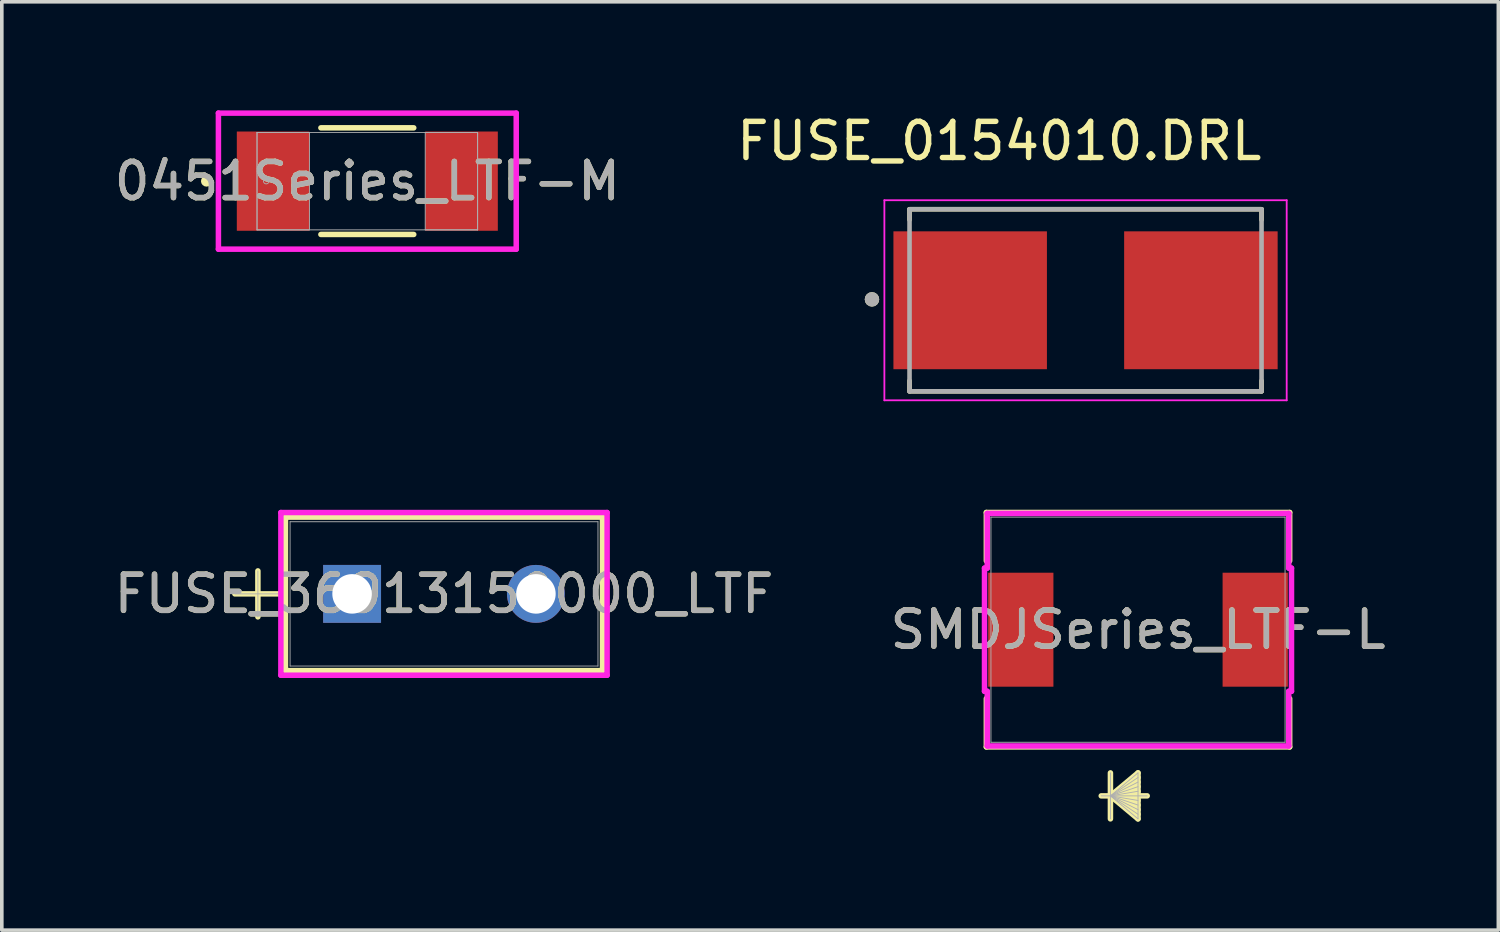
<source format=kicad_pcb>
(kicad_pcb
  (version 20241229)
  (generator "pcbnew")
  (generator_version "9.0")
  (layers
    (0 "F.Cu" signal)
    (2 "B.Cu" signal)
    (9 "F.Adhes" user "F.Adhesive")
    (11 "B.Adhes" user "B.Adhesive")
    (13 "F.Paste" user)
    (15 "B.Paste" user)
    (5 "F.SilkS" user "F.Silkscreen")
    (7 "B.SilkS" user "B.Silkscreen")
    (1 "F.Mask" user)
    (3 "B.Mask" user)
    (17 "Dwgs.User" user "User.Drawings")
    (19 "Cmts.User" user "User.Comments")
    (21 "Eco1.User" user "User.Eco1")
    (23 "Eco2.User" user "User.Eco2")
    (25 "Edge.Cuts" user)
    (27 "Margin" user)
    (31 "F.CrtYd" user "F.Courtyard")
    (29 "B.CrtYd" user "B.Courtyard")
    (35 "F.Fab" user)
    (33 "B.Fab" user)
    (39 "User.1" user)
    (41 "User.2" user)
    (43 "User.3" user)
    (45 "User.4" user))
  (footprint "SMDJSeries_LTF-L"
    (layer "F.Cu")
    (at 28.399 14.352)
    (property "Reference" "SMDJSeries_LTF-L" (at 0 0 0) (unlocked yes) (layer "F.SilkS") (effects (font (size 1 1) (thickness 0.15))))
    (attr smd)
    (fp_line (start -4.191 -3.239) (end -4.191 -1.904) (stroke (width 0.152) (type solid)) (layer "F.SilkS"))
    (fp_line (start -4.191 1.904) (end -4.191 3.239) (stroke (width 0.152) (type solid)) (layer "F.SilkS"))
    (fp_line (start -4.191 3.239) (end 4.191 3.239) (stroke (width 0.152) (type solid)) (layer "F.SilkS"))
    (fp_line (start -0.762 3.957) (end -0.762 5.227) (stroke (width 0.152) (type solid)) (layer "F.SilkS"))
    (fp_line (start -0.762 4.592) (end 0 3.957) (stroke (width 0.152) (type solid)) (layer "F.SilkS"))
    (fp_line (start -0.762 4.592) (end 0 4.084) (stroke (width 0.152) (type solid)) (layer "F.SilkS"))
    (fp_line (start -0.762 4.592) (end 0 4.211) (stroke (width 0.152) (type solid)) (layer "F.SilkS"))
    (fp_line (start -0.762 4.592) (end 0 4.338) (stroke (width 0.152) (type solid)) (layer "F.SilkS"))
    (fp_line (start -0.762 4.592) (end 0 4.465) (stroke (width 0.152) (type solid)) (layer "F.SilkS"))
    (fp_line (start -0.762 4.592) (end 0 4.719) (stroke (width 0.152) (type solid)) (layer "F.SilkS"))
    (fp_line (start -0.762 4.592) (end 0 4.846) (stroke (width 0.152) (type solid)) (layer "F.SilkS"))
    (fp_line (start -0.762 4.592) (end 0 4.973) (stroke (width 0.152) (type solid)) (layer "F.SilkS"))
    (fp_line (start -0.762 4.592) (end 0 5.1) (stroke (width 0.152) (type solid)) (layer "F.SilkS"))
    (fp_line (start -0.762 4.592) (end 0 5.227) (stroke (width 0.152) (type solid)) (layer "F.SilkS"))
    (fp_line (start 0 3.957) (end 0 5.227) (stroke (width 0.152) (type solid)) (layer "F.SilkS"))
    (fp_line (start 0.254 4.592) (end -1.016 4.592) (stroke (width 0.152) (type solid)) (layer "F.SilkS"))
    (fp_line (start 4.191 -3.239) (end -4.191 -3.239) (stroke (width 0.152) (type solid)) (layer "F.SilkS"))
    (fp_line (start 4.191 -1.904) (end 4.191 -3.239) (stroke (width 0.152) (type solid)) (layer "F.SilkS"))
    (fp_line (start 4.191 3.239) (end 4.191 1.904) (stroke (width 0.152) (type solid)) (layer "F.SilkS"))
    (fp_line (start -4.242 -1.702) (end -4.166 -1.702) (stroke (width 0.152) (type solid)) (layer "F.CrtYd"))
    (fp_line (start -4.242 1.702) (end -4.242 -1.702) (stroke (width 0.152) (type solid)) (layer "F.CrtYd"))
    (fp_line (start -4.166 -3.213) (end 4.166 -3.213) (stroke (width 0.152) (type solid)) (layer "F.CrtYd"))
    (fp_line (start -4.166 -1.702) (end -4.166 -3.213) (stroke (width 0.152) (type solid)) (layer "F.CrtYd"))
    (fp_line (start -4.166 1.702) (end -4.242 1.702) (stroke (width 0.152) (type solid)) (layer "F.CrtYd"))
    (fp_line (start -4.166 3.213) (end -4.166 1.702) (stroke (width 0.152) (type solid)) (layer "F.CrtYd"))
    (fp_line (start 4.166 -3.213) (end 4.166 -1.702) (stroke (width 0.152) (type solid)) (layer "F.CrtYd"))
    (fp_line (start 4.166 -1.702) (end 4.242 -1.702) (stroke (width 0.152) (type solid)) (layer "F.CrtYd"))
    (fp_line (start 4.166 1.702) (end 4.166 3.213) (stroke (width 0.152) (type solid)) (layer "F.CrtYd"))
    (fp_line (start 4.166 3.213) (end -4.166 3.213) (stroke (width 0.152) (type solid)) (layer "F.CrtYd"))
    (fp_line (start 4.242 -1.702) (end 4.242 1.702) (stroke (width 0.152) (type solid)) (layer "F.CrtYd"))
    (fp_line (start 4.242 1.702) (end 4.166 1.702) (stroke (width 0.152) (type solid)) (layer "F.CrtYd"))
    (fp_line (start -4.064 -3.111) (end -4.064 3.111) (stroke (width 0.025) (type solid)) (layer "F.Fab"))
    (fp_line (start -4.064 3.111) (end 4.064 3.111) (stroke (width 0.025) (type solid)) (layer "F.Fab"))
    (fp_line (start -0.762 3.957) (end -0.762 5.227) (stroke (width 0.025) (type solid)) (layer "F.Fab"))
    (fp_line (start -0.762 4.592) (end 0 3.957) (stroke (width 0.025) (type solid)) (layer "F.Fab"))
    (fp_line (start -0.762 4.592) (end 0 4.084) (stroke (width 0.025) (type solid)) (layer "F.Fab"))
    (fp_line (start -0.762 4.592) (end 0 4.211) (stroke (width 0.025) (type solid)) (layer "F.Fab"))
    (fp_line (start -0.762 4.592) (end 0 4.338) (stroke (width 0.025) (type solid)) (layer "F.Fab"))
    (fp_line (start -0.762 4.592) (end 0 4.465) (stroke (width 0.025) (type solid)) (layer "F.Fab"))
    (fp_line (start -0.762 4.592) (end 0 4.719) (stroke (width 0.025) (type solid)) (layer "F.Fab"))
    (fp_line (start -0.762 4.592) (end 0 4.846) (stroke (width 0.025) (type solid)) (layer "F.Fab"))
    (fp_line (start -0.762 4.592) (end 0 4.973) (stroke (width 0.025) (type solid)) (layer "F.Fab"))
    (fp_line (start -0.762 4.592) (end 0 5.1) (stroke (width 0.025) (type solid)) (layer "F.Fab"))
    (fp_line (start -0.762 4.592) (end 0 5.227) (stroke (width 0.025) (type solid)) (layer "F.Fab"))
    (fp_line (start 0 3.957) (end 0 5.227) (stroke (width 0.025) (type solid)) (layer "F.Fab"))
    (fp_line (start 0.254 4.592) (end -1.016 4.592) (stroke (width 0.025) (type solid)) (layer "F.Fab"))
    (fp_line (start 4.064 -3.111) (end -4.064 -3.111) (stroke (width 0.025) (type solid)) (layer "F.Fab"))
    (fp_line (start 4.064 3.111) (end 4.064 -3.111) (stroke (width 0.025) (type solid)) (layer "F.Fab"))
    (fp_text user "${REFERENCE}" (at 0 0 0) (unlocked yes) (layer "F.Fab") (effects (font (size 1 1) (thickness 0.15))))
    (pad "1" smd rect (at -3.239 0 90) (size 3.15 1.803) (layers "F.Cu" "F.Mask" "F.Paste"))
    (pad "2" smd rect (at 3.239 0 90) (size 3.15 1.803) (layers "F.Cu" "F.Mask" "F.Paste"))
    (zone (net_name "") (layer "F.Cu") (hatch full 0.508) (connect_pads) (min_thickness 0.254) (filled_areas_thickness no) (keepout (tracks not_allowed) (vias not_allowed) (pads allowed) (copperpour not_allowed) (footprints allowed)) (placement (enabled no)) (fill) (polygon (pts (xy 24.386 11.291) (xy 32.412 11.291) (xy 32.412 12.701) (xy 24.386 12.701))))
    (zone (net_name "") (layer "F.Cu") (hatch full 0.508) (connect_pads) (min_thickness 0.254) (filled_areas_thickness no) (keepout (tracks not_allowed) (vias not_allowed) (pads allowed) (copperpour not_allowed) (footprints allowed)) (placement (enabled no)) (fill) (polygon (pts (xy 24.386 16.003) (xy 32.412 16.003) (xy 32.412 17.413) (xy 24.386 17.413))))
    (zone (net_name "") (layer "F.Cu") (hatch full 0.508) (connect_pads) (min_thickness 0.254) (filled_areas_thickness no) (keepout (tracks not_allowed) (vias not_allowed) (pads allowed) (copperpour not_allowed) (footprints allowed)) (placement (enabled no)) (fill) (polygon (pts (xy 26.113 12.701) (xy 30.685 12.701) (xy 30.685 16.003) (xy 26.113 16.003)))))
  (footprint "FUSE_0154010.DRL"
    (layer "F.Cu")
    (at 26.949 5.248)
    (property "Reference" "FUSE_0154010.DRL" (at -2.384 -4.4 0) (layer "F.SilkS") (effects (font (size 1 1) (thickness 0.15))))
    (attr smd)
    (fp_line (start -4.864 -2.515) (end 4.864 -2.515) (stroke (width 0.127) (type solid)) (layer "F.SilkS"))
    (fp_line (start -4.864 -2.225) (end -4.864 -2.515) (stroke (width 0.127) (type solid)) (layer "F.SilkS"))
    (fp_line (start -4.864 2.515) (end -4.864 2.225) (stroke (width 0.127) (type solid)) (layer "F.SilkS"))
    (fp_line (start 4.864 -2.515) (end 4.864 -2.225) (stroke (width 0.127) (type solid)) (layer "F.SilkS"))
    (fp_line (start 4.864 2.515) (end -4.864 2.515) (stroke (width 0.127) (type solid)) (layer "F.SilkS"))
    (fp_line (start 4.864 2.515) (end 4.864 2.225) (stroke (width 0.127) (type solid)) (layer "F.SilkS"))
    (fp_circle (center -5.902 -0.025) (end -5.802 -0.025) (stroke (width 0.2) (type solid)) (fill no) (layer "F.SilkS"))
    (fp_line (start -5.559 -2.765) (end -5.559 2.765) (stroke (width 0.05) (type solid)) (layer "F.CrtYd"))
    (fp_line (start -5.559 2.765) (end 5.559 2.765) (stroke (width 0.05) (type solid)) (layer "F.CrtYd"))
    (fp_line (start 5.559 -2.765) (end -5.559 -2.765) (stroke (width 0.05) (type solid)) (layer "F.CrtYd"))
    (fp_line (start 5.559 2.765) (end 5.559 -2.765) (stroke (width 0.05) (type solid)) (layer "F.CrtYd"))
    (fp_line (start -4.864 -2.515) (end 4.864 -2.515) (stroke (width 0.127) (type solid)) (layer "F.Fab"))
    (fp_line (start -4.864 2.515) (end -4.864 -2.515) (stroke (width 0.127) (type solid)) (layer "F.Fab"))
    (fp_line (start 4.864 -2.515) (end 4.864 2.515) (stroke (width 0.127) (type solid)) (layer "F.Fab"))
    (fp_line (start 4.864 2.515) (end -4.864 2.515) (stroke (width 0.127) (type solid)) (layer "F.Fab"))
    (fp_circle (center -5.902 -0.025) (end -5.802 -0.025) (stroke (width 0.2) (type solid)) (fill no) (layer "F.Fab"))
    (pad "1" smd rect (at -3.188 0) (size 4.242 3.81) (layers "F.Cu" "F.Mask" "F.Paste"))
    (pad "2" smd rect (at 3.188 0) (size 4.242 3.81) (layers "F.Cu" "F.Mask" "F.Paste")))
  (footprint "0451Series_LTF-M"
    (layer "F.Cu")
    (at 7.101 1.956)
    (property "Reference" "0451Series_LTF-M" (at 0 0 0) (unlocked yes) (layer "F.SilkS") (effects (font (size 1 1) (thickness 0.15))))
    (attr smd)
    (fp_line (start -1.283 1.473) (end 1.283 1.473) (stroke (width 0.152) (type solid)) (layer "F.SilkS"))
    (fp_line (start 1.283 -1.473) (end -1.283 -1.473) (stroke (width 0.152) (type solid)) (layer "F.SilkS"))
    (fp_circle (center -4.445 0) (end -4.369 0) (stroke (width 0.152) (type solid)) (fill no) (layer "F.SilkS"))
    (fp_line (start -4.115 -1.88) (end 4.115 -1.88) (stroke (width 0.152) (type solid)) (layer "F.CrtYd"))
    (fp_line (start -4.115 1.88) (end -4.115 -1.88) (stroke (width 0.152) (type solid)) (layer "F.CrtYd"))
    (fp_line (start 4.115 -1.88) (end 4.115 1.88) (stroke (width 0.152) (type solid)) (layer "F.CrtYd"))
    (fp_line (start 4.115 1.88) (end -4.115 1.88) (stroke (width 0.152) (type solid)) (layer "F.CrtYd"))
    (fp_line (start -3.048 -1.346) (end -3.048 1.346) (stroke (width 0.025) (type solid)) (layer "F.Fab"))
    (fp_line (start -3.048 -1.346) (end -3.048 1.346) (stroke (width 0.025) (type solid)) (layer "F.Fab"))
    (fp_line (start -3.048 1.346) (end -1.6 1.346) (stroke (width 0.025) (type solid)) (layer "F.Fab"))
    (fp_line (start -3.048 1.346) (end 3.048 1.346) (stroke (width 0.025) (type solid)) (layer "F.Fab"))
    (fp_line (start -1.6 -1.346) (end -3.048 -1.346) (stroke (width 0.025) (type solid)) (layer "F.Fab"))
    (fp_line (start -1.6 1.346) (end -1.6 -1.346) (stroke (width 0.025) (type solid)) (layer "F.Fab"))
    (fp_line (start 1.6 -1.346) (end 1.6 1.346) (stroke (width 0.025) (type solid)) (layer "F.Fab"))
    (fp_line (start 1.6 1.346) (end 3.048 1.346) (stroke (width 0.025) (type solid)) (layer "F.Fab"))
    (fp_line (start 3.048 -1.346) (end -3.048 -1.346) (stroke (width 0.025) (type solid)) (layer "F.Fab"))
    (fp_line (start 3.048 -1.346) (end 1.6 -1.346) (stroke (width 0.025) (type solid)) (layer "F.Fab"))
    (fp_line (start 3.048 1.346) (end 3.048 -1.346) (stroke (width 0.025) (type solid)) (layer "F.Fab"))
    (fp_line (start 3.048 1.346) (end 3.048 -1.346) (stroke (width 0.025) (type solid)) (layer "F.Fab"))
    (fp_circle (center -2.794 0) (end -2.718 0) (stroke (width 0.025) (type solid)) (fill no) (layer "F.Fab"))
    (fp_text user "${REFERENCE}" (at 0 0 0) (unlocked yes) (layer "F.Fab") (effects (font (size 1 1) (thickness 0.15))))
    (pad "1" smd rect (at -2.603 0) (size 2.007 2.743) (layers "F.Cu" "F.Mask" "F.Paste"))
    (pad "2" smd rect (at 2.603 0) (size 2.007 2.743) (layers "F.Cu" "F.Mask" "F.Paste"))
    (zone (net_name "") (layer "F.Cu") (hatch full 0.508) (connect_pads) (min_thickness 0.254) (filled_areas_thickness no) (keepout (tracks not_allowed) (vias not_allowed) (pads allowed) (copperpour not_allowed) (footprints allowed)) (placement (enabled no)) (fill) (polygon (pts (xy 5.552 0.66) (xy 8.651 0.66) (xy 8.651 3.251) (xy 5.552 3.251)))))
  (footprint "FUSE_36913150000_LTF"
    (layer "F.Cu")
    (at 6.68 13.362)
    (property "Reference" "FUSE_36913150000_LTF" (at 2.54 0 0) (unlocked yes) (layer "F.SilkS") (effects (font (size 1 1) (thickness 0.15))))
    (attr through_hole)
    (fp_line (start -3.239 0) (end -1.968 0) (stroke (width 0.152) (type solid)) (layer "F.SilkS"))
    (fp_line (start -2.603 -0.635) (end -2.603 0.635) (stroke (width 0.152) (type solid)) (layer "F.SilkS"))
    (fp_line (start -1.841 -2.121) (end -1.841 2.121) (stroke (width 0.152) (type solid)) (layer "F.SilkS"))
    (fp_line (start 6.921 -2.121) (end -1.841 -2.121) (stroke (width 0.152) (type solid)) (layer "F.SilkS"))
    (fp_line (start 6.921 -2.121) (end 6.921 2.121) (stroke (width 0.152) (type solid)) (layer "F.SilkS"))
    (fp_line (start 6.921 2.121) (end -1.841 2.121) (stroke (width 0.152) (type solid)) (layer "F.SilkS"))
    (fp_line (start -1.968 -2.248) (end 7.048 -2.248) (stroke (width 0.152) (type solid)) (layer "F.CrtYd"))
    (fp_line (start -1.968 2.248) (end -1.968 -2.248) (stroke (width 0.152) (type solid)) (layer "F.CrtYd"))
    (fp_line (start 7.048 -2.248) (end 7.048 2.248) (stroke (width 0.152) (type solid)) (layer "F.CrtYd"))
    (fp_line (start 7.048 2.248) (end -1.968 2.248) (stroke (width 0.152) (type solid)) (layer "F.CrtYd"))
    (fp_line (start -3.239 0) (end -1.968 0) (stroke (width 0.025) (type solid)) (layer "F.Fab"))
    (fp_line (start -2.603 -0.635) (end -2.603 0.635) (stroke (width 0.025) (type solid)) (layer "F.Fab"))
    (fp_line (start -1.714 -1.994) (end -1.714 1.994) (stroke (width 0.025) (type solid)) (layer "F.Fab"))
    (fp_line (start 6.795 -1.994) (end -1.714 -1.994) (stroke (width 0.025) (type solid)) (layer "F.Fab"))
    (fp_line (start 6.795 -1.994) (end 6.795 1.994) (stroke (width 0.025) (type solid)) (layer "F.Fab"))
    (fp_line (start 6.795 1.994) (end -1.714 1.994) (stroke (width 0.025) (type solid)) (layer "F.Fab"))
    (fp_text user "${REFERENCE}" (at 2.54 0 0) (unlocked yes) (layer "F.Fab") (effects (font (size 1 1) (thickness 0.15))))
    (pad "1" thru_hole rect (at 0 0) (size 1.6 1.6) (drill 1.092) (layers "*.Cu" "*.Mask"))
    (pad "2" thru_hole circle (at 5.08 0) (size 1.6 1.6) (drill 1.092) (layers "*.Cu" "*.Mask")))
  (gr_rect
    (start -3 -3)
    (end 38.357 22.655)
    (stroke (width 0.1) (type default))
    (fill no)
    (layer "Edge.Cuts")))
</source>
